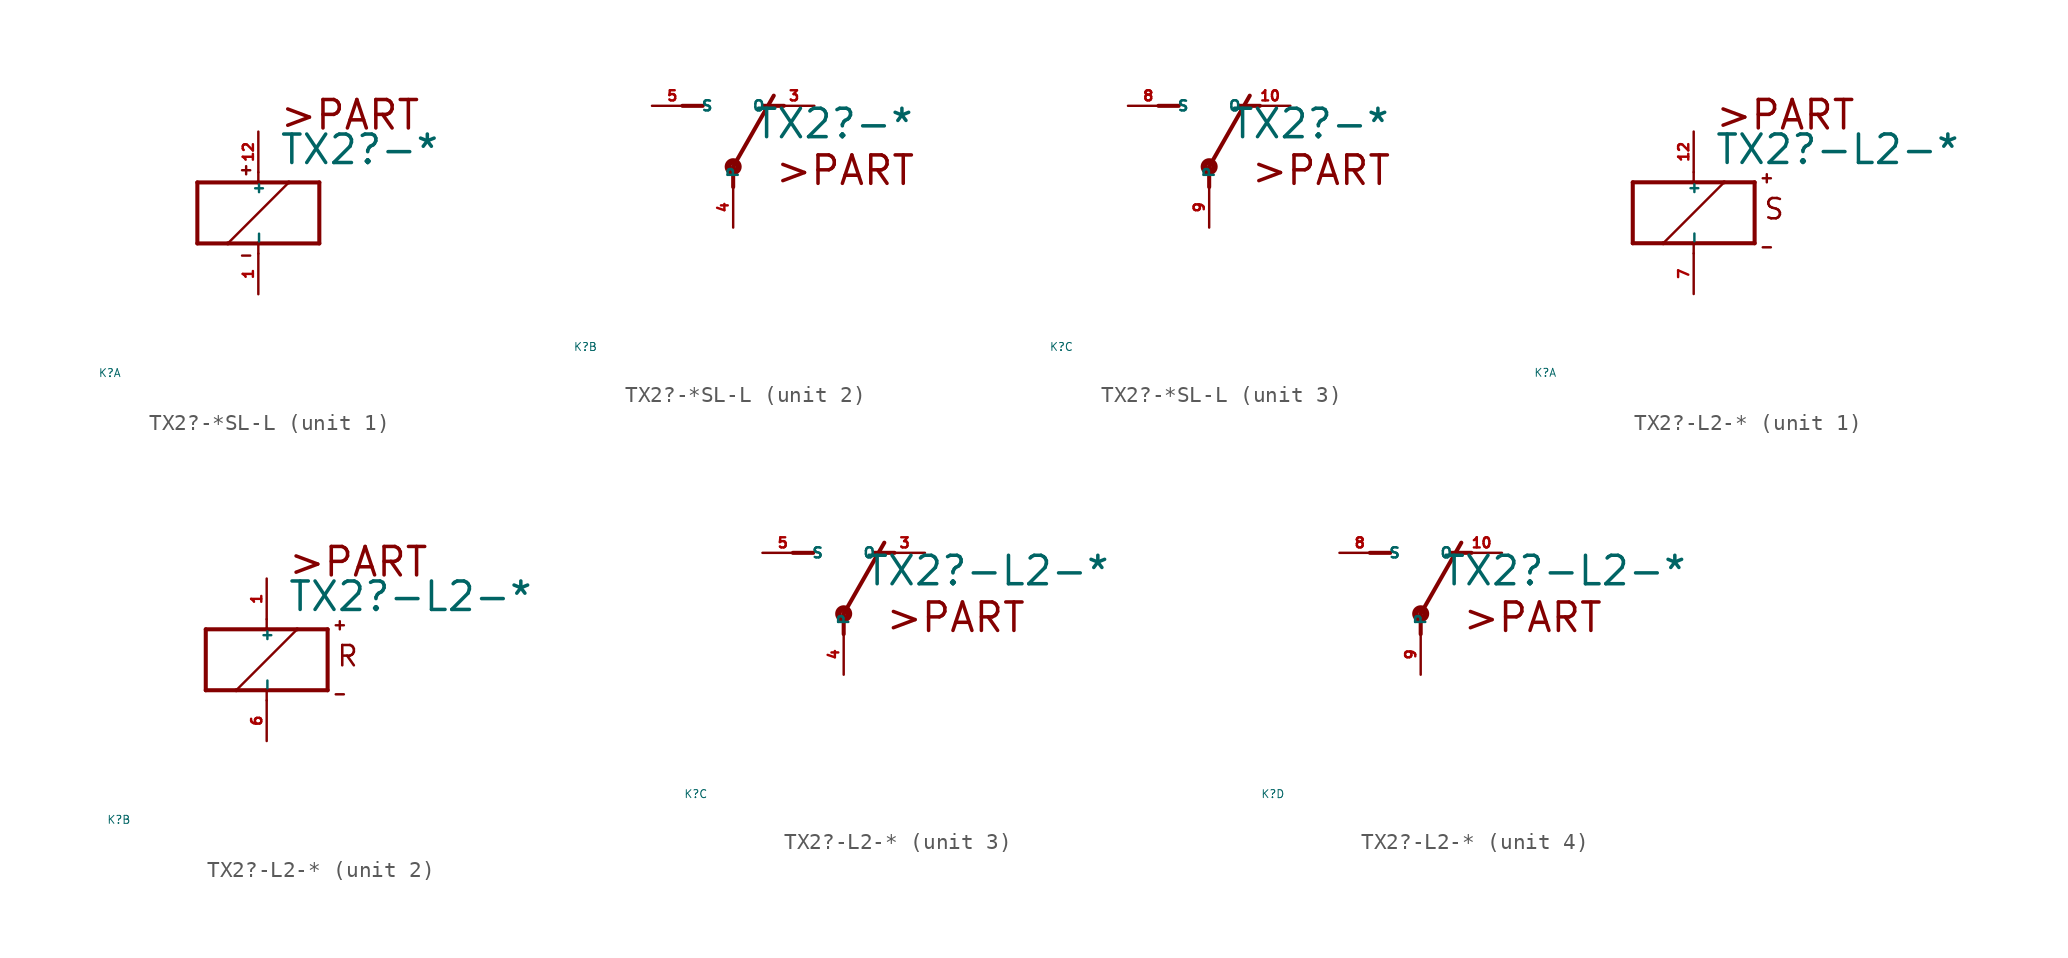
<source format=kicad_sym>
(kicad_symbol_lib
  (version 20220914)
  (generator Eagle2Kicad)
  (symbol "TX2?-*SL-L"
    (property "Reference" "K"
      (at -10 -10 0)
      (effects (font (size 0.5 0.5) (thickness 0.06)) (justify left)))
    (property "Value" "TX2?-*"
      (at 1.27 2.921 0)
      (effects (font (size 1.778 1.778) (thickness 0.22)) (justify left bottom)))
    (symbol "TX2?-*SL-L_1_0"
      (polyline (pts (xy -3.81 -1.905) (xy -1.905 -1.905)) (stroke (width 0.254) (type default)) (fill (type none)))
      (polyline (pts (xy 3.81 -1.905) (xy 3.81 1.905)) (stroke (width 0.254) (type default)) (fill (type none)))
      (polyline (pts (xy 3.81 1.905) (xy 1.905 1.905)) (stroke (width 0.254) (type default)) (fill (type none)))
      (polyline (pts (xy -3.81 1.905) (xy -3.81 -1.905)) (stroke (width 0.254) (type default)) (fill (type none)))
      (polyline (pts (xy 0 -2.54) (xy 0 -1.905)) (stroke (width 0.152) (type default)) (fill (type none)))
      (polyline (pts (xy 0 -1.905) (xy 3.81 -1.905)) (stroke (width 0.254) (type default)) (fill (type none)))
      (polyline (pts (xy 0 2.54) (xy 0 1.905)) (stroke (width 0.152) (type default)) (fill (type none)))
      (polyline (pts (xy 0 1.905) (xy -3.81 1.905)) (stroke (width 0.254) (type default)) (fill (type none)))
      (polyline (pts (xy -1.905 -1.905) (xy 1.905 1.905)) (stroke (width 0.152) (type default)) (fill (type none)))
      (polyline (pts (xy -1.905 -1.905) (xy 0 -1.905)) (stroke (width 0.254) (type default)) (fill (type none)))
      (polyline (pts (xy 1.905 1.905) (xy 0 1.905)) (stroke (width 0.254) (type default)) (fill (type none)))
      (polyline (pts (xy -1.016 2.667) (xy -0.508 2.667)) (stroke (width 0.152) (type default)) (fill (type none)))
      (polyline (pts (xy -0.762 2.921) (xy -0.762 2.413)) (stroke (width 0.152) (type default)) (fill (type none)))
      (polyline (pts (xy -1.016 -2.667) (xy -0.508 -2.667)) (stroke (width 0.152) (type default)) (fill (type none)))
      (text ">PART" (at 1.27 5.08 0) (effects (font (size 1.778 1.778) (thickness 0.22)) (justify left bottom)))
      (pin passive line (at 0 -5.08 90) (length 2.54) (name "-" (effects (font (size 0.635 0.635) (thickness 0.08)) (justify left bottom))) (number "1" (effects (font (size 0.635 0.635) (thickness 0.08)) (justify left bottom))))
      (pin passive line (at 0 5.08 270) (length 2.54) (name "+" (effects (font (size 0.635 0.635) (thickness 0.08)) (justify left bottom))) (number "12" (effects (font (size 0.635 0.635) (thickness 0.08)) (justify left bottom)))))
    (symbol "TX2?-*SL-L_2_0"
      (polyline (pts (xy 3.175 5.08) (xy 1.905 5.08)) (stroke (width 0.254) (type default)) (fill (type none)))
      (polyline (pts (xy -3.175 5.08) (xy -1.905 5.08)) (stroke (width 0.254) (type default)) (fill (type none)))
      (polyline (pts (xy 0 1.27) (xy 2.54 5.715)) (stroke (width 0.254) (type default)) (fill (type none)))
      (polyline (pts (xy 0 1.27) (xy 0 0)) (stroke (width 0.254) (type default)) (fill (type none)))
      (text ">PART" (at 2.54 0 0) (effects (font (size 1.778 1.778) (thickness 0.22)) (justify left bottom)))
      (circle (center 0 1.27) (radius 0.127) (stroke (width 0.406) (type default)) (fill (type none)))
      (pin passive line (at 5.08 5.08 180) (length 2.54) (name "O" (effects (font (size 0.635 0.635) (thickness 0.08)) (justify left bottom))) (number "3" (effects (font (size 0.635 0.635) (thickness 0.08)) (justify left bottom))))
      (pin passive line (at -5.08 5.08 0) (length 2.54) (name "S" (effects (font (size 0.635 0.635) (thickness 0.08)) (justify left bottom))) (number "5" (effects (font (size 0.635 0.635) (thickness 0.08)) (justify left bottom))))
      (pin passive line (at 0 -2.54 90) (length 2.54) (name "P" (effects (font (size 0.635 0.635) (thickness 0.08)) (justify left bottom))) (number "4" (effects (font (size 0.635 0.635) (thickness 0.08)) (justify left bottom)))))
    (symbol "TX2?-*SL-L_3_0"
      (polyline (pts (xy 3.175 5.08) (xy 1.905 5.08)) (stroke (width 0.254) (type default)) (fill (type none)))
      (polyline (pts (xy -3.175 5.08) (xy -1.905 5.08)) (stroke (width 0.254) (type default)) (fill (type none)))
      (polyline (pts (xy 0 1.27) (xy 2.54 5.715)) (stroke (width 0.254) (type default)) (fill (type none)))
      (polyline (pts (xy 0 1.27) (xy 0 0)) (stroke (width 0.254) (type default)) (fill (type none)))
      (text ">PART" (at 2.54 0 0) (effects (font (size 1.778 1.778) (thickness 0.22)) (justify left bottom)))
      (circle (center 0 1.27) (radius 0.127) (stroke (width 0.406) (type default)) (fill (type none)))
      (pin passive line (at 5.08 5.08 180) (length 2.54) (name "O" (effects (font (size 0.635 0.635) (thickness 0.08)) (justify left bottom))) (number "10" (effects (font (size 0.635 0.635) (thickness 0.08)) (justify left bottom))))
      (pin passive line (at -5.08 5.08 0) (length 2.54) (name "S" (effects (font (size 0.635 0.635) (thickness 0.08)) (justify left bottom))) (number "8" (effects (font (size 0.635 0.635) (thickness 0.08)) (justify left bottom))))
      (pin passive line (at 0 -2.54 90) (length 2.54) (name "P" (effects (font (size 0.635 0.635) (thickness 0.08)) (justify left bottom))) (number "9" (effects (font (size 0.635 0.635) (thickness 0.08)) (justify left bottom))))))
  (symbol "TX2?-L2-*"
    (property "Reference" "K"
      (at -10 -10 0)
      (effects (font (size 0.5 0.5) (thickness 0.06)) (justify left)))
    (property "Value" "TX2?-L2-*"
      (at 1.27 2.921 0)
      (effects (font (size 1.778 1.778) (thickness 0.22)) (justify left bottom)))
    (symbol "TX2?-L2-*_1_0"
      (polyline (pts (xy -3.81 -1.905) (xy -1.905 -1.905)) (stroke (width 0.254) (type default)) (fill (type none)))
      (polyline (pts (xy 3.81 -1.905) (xy 3.81 1.905)) (stroke (width 0.254) (type default)) (fill (type none)))
      (polyline (pts (xy 3.81 1.905) (xy 1.905 1.905)) (stroke (width 0.254) (type default)) (fill (type none)))
      (polyline (pts (xy -3.81 1.905) (xy -3.81 -1.905)) (stroke (width 0.254) (type default)) (fill (type none)))
      (polyline (pts (xy 0 -2.54) (xy 0 -1.905)) (stroke (width 0.152) (type default)) (fill (type none)))
      (polyline (pts (xy 0 -1.905) (xy 3.81 -1.905)) (stroke (width 0.254) (type default)) (fill (type none)))
      (polyline (pts (xy 0 2.54) (xy 0 1.905)) (stroke (width 0.152) (type default)) (fill (type none)))
      (polyline (pts (xy 0 1.905) (xy -3.81 1.905)) (stroke (width 0.254) (type default)) (fill (type none)))
      (polyline (pts (xy -1.905 -1.905) (xy 1.905 1.905)) (stroke (width 0.152) (type default)) (fill (type none)))
      (polyline (pts (xy -1.905 -1.905) (xy 0 -1.905)) (stroke (width 0.254) (type default)) (fill (type none)))
      (polyline (pts (xy 1.905 1.905) (xy 0 1.905)) (stroke (width 0.254) (type default)) (fill (type none)))
      (polyline (pts (xy 4.318 2.159) (xy 4.826 2.159)) (stroke (width 0.152) (type default)) (fill (type none)))
      (polyline (pts (xy 4.572 2.413) (xy 4.572 1.905)) (stroke (width 0.152) (type default)) (fill (type none)))
      (polyline (pts (xy 4.318 -2.159) (xy 4.826 -2.159)) (stroke (width 0.152) (type default)) (fill (type none)))
      (text ">PART" (at 1.27 5.08 0) (effects (font (size 1.778 1.778) (thickness 0.22)) (justify left bottom)))
      (text "S" (at 4.318 -0.508 0) (effects (font (size 1.27 1.27) (thickness 0.16)) (justify left bottom)))
      (pin passive line (at 0 -5.08 90) (length 2.54) (name "-" (effects (font (size 0.635 0.635) (thickness 0.08)) (justify left bottom))) (number "7" (effects (font (size 0.635 0.635) (thickness 0.08)) (justify left bottom))))
      (pin passive line (at 0 5.08 270) (length 2.54) (name "+" (effects (font (size 0.635 0.635) (thickness 0.08)) (justify left bottom))) (number "12" (effects (font (size 0.635 0.635) (thickness 0.08)) (justify left bottom)))))
    (symbol "TX2?-L2-*_2_0"
      (polyline (pts (xy -3.81 -1.905) (xy -1.905 -1.905)) (stroke (width 0.254) (type default)) (fill (type none)))
      (polyline (pts (xy 3.81 -1.905) (xy 3.81 1.905)) (stroke (width 0.254) (type default)) (fill (type none)))
      (polyline (pts (xy 3.81 1.905) (xy 1.905 1.905)) (stroke (width 0.254) (type default)) (fill (type none)))
      (polyline (pts (xy -3.81 1.905) (xy -3.81 -1.905)) (stroke (width 0.254) (type default)) (fill (type none)))
      (polyline (pts (xy 0 -2.54) (xy 0 -1.905)) (stroke (width 0.152) (type default)) (fill (type none)))
      (polyline (pts (xy 0 -1.905) (xy 3.81 -1.905)) (stroke (width 0.254) (type default)) (fill (type none)))
      (polyline (pts (xy 0 2.54) (xy 0 1.905)) (stroke (width 0.152) (type default)) (fill (type none)))
      (polyline (pts (xy 0 1.905) (xy -3.81 1.905)) (stroke (width 0.254) (type default)) (fill (type none)))
      (polyline (pts (xy -1.905 -1.905) (xy 1.905 1.905)) (stroke (width 0.152) (type default)) (fill (type none)))
      (polyline (pts (xy -1.905 -1.905) (xy 0 -1.905)) (stroke (width 0.254) (type default)) (fill (type none)))
      (polyline (pts (xy 1.905 1.905) (xy 0 1.905)) (stroke (width 0.254) (type default)) (fill (type none)))
      (polyline (pts (xy 4.318 2.159) (xy 4.826 2.159)) (stroke (width 0.152) (type default)) (fill (type none)))
      (polyline (pts (xy 4.572 2.413) (xy 4.572 1.905)) (stroke (width 0.152) (type default)) (fill (type none)))
      (polyline (pts (xy 4.318 -2.159) (xy 4.826 -2.159)) (stroke (width 0.152) (type default)) (fill (type none)))
      (text ">PART" (at 1.27 5.08 0) (effects (font (size 1.778 1.778) (thickness 0.22)) (justify left bottom)))
      (text "R" (at 4.318 -0.508 0) (effects (font (size 1.27 1.27) (thickness 0.16)) (justify left bottom)))
      (pin passive line (at 0 -5.08 90) (length 2.54) (name "-" (effects (font (size 0.635 0.635) (thickness 0.08)) (justify left bottom))) (number "6" (effects (font (size 0.635 0.635) (thickness 0.08)) (justify left bottom))))
      (pin passive line (at 0 5.08 270) (length 2.54) (name "+" (effects (font (size 0.635 0.635) (thickness 0.08)) (justify left bottom))) (number "1" (effects (font (size 0.635 0.635) (thickness 0.08)) (justify left bottom)))))
    (symbol "TX2?-L2-*_3_0"
      (polyline (pts (xy 3.175 5.08) (xy 1.905 5.08)) (stroke (width 0.254) (type default)) (fill (type none)))
      (polyline (pts (xy -3.175 5.08) (xy -1.905 5.08)) (stroke (width 0.254) (type default)) (fill (type none)))
      (polyline (pts (xy 0 1.27) (xy 2.54 5.715)) (stroke (width 0.254) (type default)) (fill (type none)))
      (polyline (pts (xy 0 1.27) (xy 0 0)) (stroke (width 0.254) (type default)) (fill (type none)))
      (text ">PART" (at 2.54 0 0) (effects (font (size 1.778 1.778) (thickness 0.22)) (justify left bottom)))
      (circle (center 0 1.27) (radius 0.127) (stroke (width 0.406) (type default)) (fill (type none)))
      (pin passive line (at 5.08 5.08 180) (length 2.54) (name "O" (effects (font (size 0.635 0.635) (thickness 0.08)) (justify left bottom))) (number "3" (effects (font (size 0.635 0.635) (thickness 0.08)) (justify left bottom))))
      (pin passive line (at -5.08 5.08 0) (length 2.54) (name "S" (effects (font (size 0.635 0.635) (thickness 0.08)) (justify left bottom))) (number "5" (effects (font (size 0.635 0.635) (thickness 0.08)) (justify left bottom))))
      (pin passive line (at 0 -2.54 90) (length 2.54) (name "P" (effects (font (size 0.635 0.635) (thickness 0.08)) (justify left bottom))) (number "4" (effects (font (size 0.635 0.635) (thickness 0.08)) (justify left bottom)))))
    (symbol "TX2?-L2-*_4_0"
      (polyline (pts (xy 3.175 5.08) (xy 1.905 5.08)) (stroke (width 0.254) (type default)) (fill (type none)))
      (polyline (pts (xy -3.175 5.08) (xy -1.905 5.08)) (stroke (width 0.254) (type default)) (fill (type none)))
      (polyline (pts (xy 0 1.27) (xy 2.54 5.715)) (stroke (width 0.254) (type default)) (fill (type none)))
      (polyline (pts (xy 0 1.27) (xy 0 0)) (stroke (width 0.254) (type default)) (fill (type none)))
      (text ">PART" (at 2.54 0 0) (effects (font (size 1.778 1.778) (thickness 0.22)) (justify left bottom)))
      (circle (center 0 1.27) (radius 0.127) (stroke (width 0.406) (type default)) (fill (type none)))
      (pin passive line (at 5.08 5.08 180) (length 2.54) (name "O" (effects (font (size 0.635 0.635) (thickness 0.08)) (justify left bottom))) (number "10" (effects (font (size 0.635 0.635) (thickness 0.08)) (justify left bottom))))
      (pin passive line (at -5.08 5.08 0) (length 2.54) (name "S" (effects (font (size 0.635 0.635) (thickness 0.08)) (justify left bottom))) (number "8" (effects (font (size 0.635 0.635) (thickness 0.08)) (justify left bottom))))
      (pin passive line (at 0 -2.54 90) (length 2.54) (name "P" (effects (font (size 0.635 0.635) (thickness 0.08)) (justify left bottom))) (number "9" (effects (font (size 0.635 0.635) (thickness 0.08)) (justify left bottom)))))))
</source>
